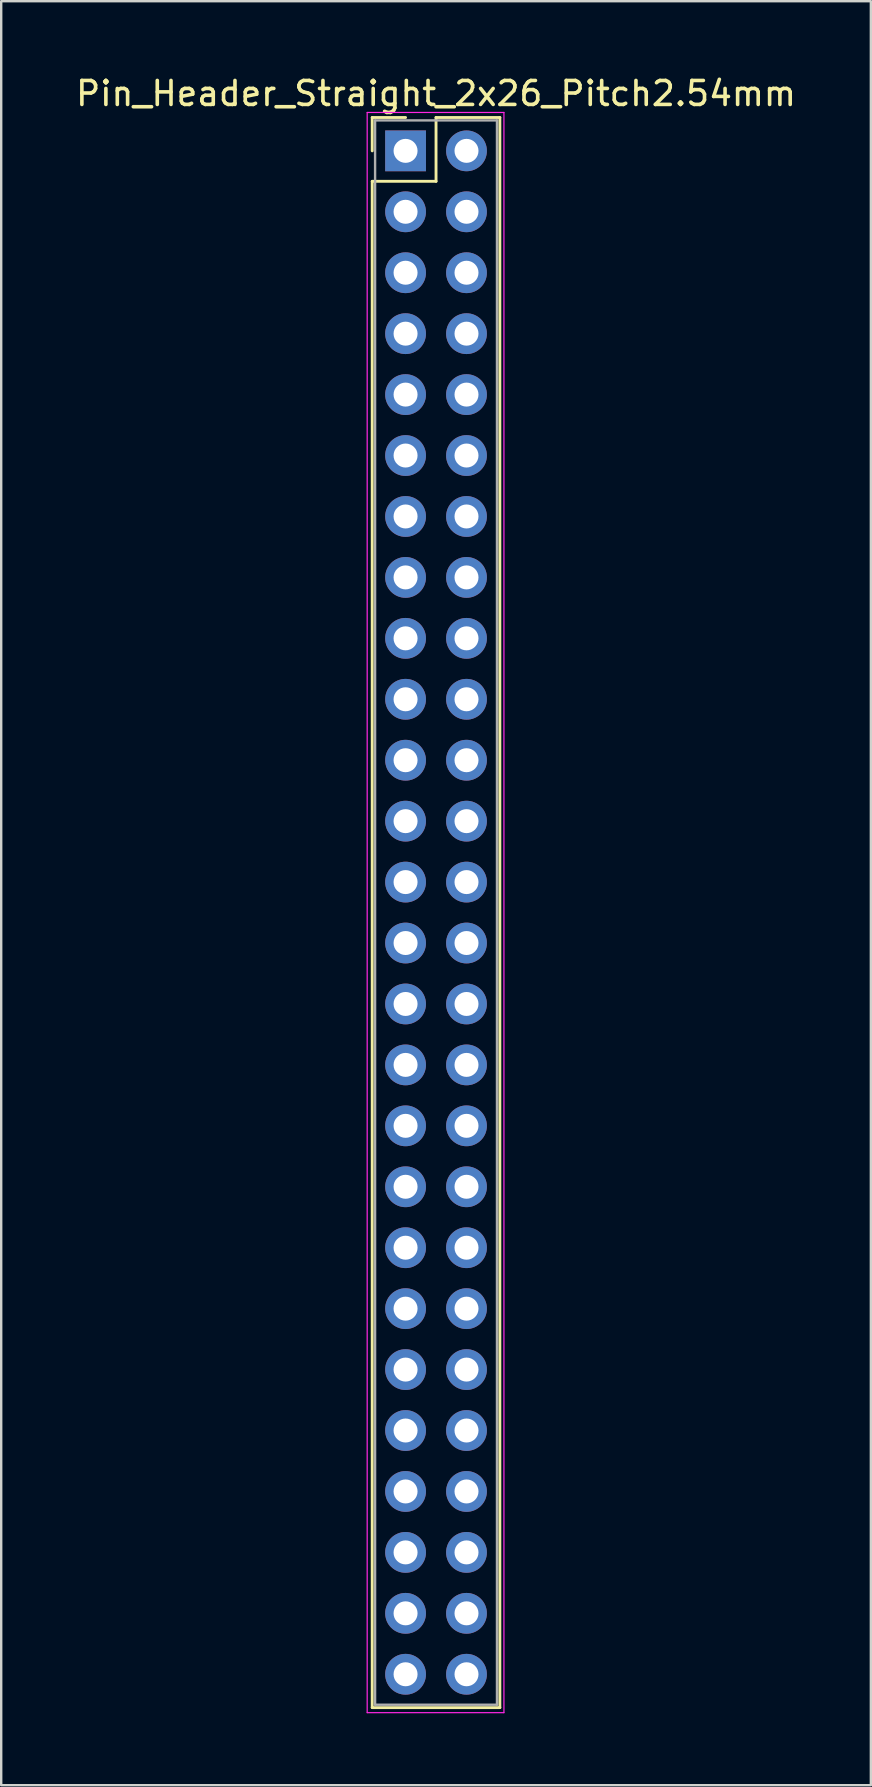
<source format=kicad_pcb>
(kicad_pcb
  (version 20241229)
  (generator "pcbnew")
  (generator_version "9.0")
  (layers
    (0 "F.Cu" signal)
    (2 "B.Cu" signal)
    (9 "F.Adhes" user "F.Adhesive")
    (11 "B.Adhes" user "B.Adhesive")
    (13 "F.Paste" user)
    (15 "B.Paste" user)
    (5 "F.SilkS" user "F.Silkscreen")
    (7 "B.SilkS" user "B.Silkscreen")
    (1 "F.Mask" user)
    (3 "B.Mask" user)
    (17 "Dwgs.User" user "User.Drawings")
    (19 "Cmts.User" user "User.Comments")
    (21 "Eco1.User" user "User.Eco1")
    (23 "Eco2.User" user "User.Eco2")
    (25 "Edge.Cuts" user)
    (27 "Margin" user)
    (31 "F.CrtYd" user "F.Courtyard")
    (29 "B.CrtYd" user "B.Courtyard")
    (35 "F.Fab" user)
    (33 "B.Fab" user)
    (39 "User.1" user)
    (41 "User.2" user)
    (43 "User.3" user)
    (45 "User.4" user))
  (footprint "Pin_Header_Straight_2x26_Pitch2.54mm"
    (layer "F.Cu")
    (at 13.855 3.238)
    (property "Reference" "Pin_Header_Straight_2x26_Pitch2.54mm" (at 1.27 -2.39 0) (layer "F.SilkS") (effects (font (size 1 1) (thickness 0.15))))
    (attr through_hole)
    (fp_line (start -1.39 -1.39) (end 0 -1.39) (stroke (width 0.12) (type solid)) (layer "F.SilkS"))
    (fp_line (start -1.39 0) (end -1.39 -1.39) (stroke (width 0.12) (type solid)) (layer "F.SilkS"))
    (fp_line (start -1.39 1.27) (end -1.39 64.89) (stroke (width 0.12) (type solid)) (layer "F.SilkS"))
    (fp_line (start -1.39 64.89) (end 3.93 64.89) (stroke (width 0.12) (type solid)) (layer "F.SilkS"))
    (fp_line (start 1.27 -1.39) (end 1.27 1.27) (stroke (width 0.12) (type solid)) (layer "F.SilkS"))
    (fp_line (start 1.27 1.27) (end -1.39 1.27) (stroke (width 0.12) (type solid)) (layer "F.SilkS"))
    (fp_line (start 3.93 -1.39) (end 1.27 -1.39) (stroke (width 0.12) (type solid)) (layer "F.SilkS"))
    (fp_line (start 3.93 64.89) (end 3.93 -1.39) (stroke (width 0.12) (type solid)) (layer "F.SilkS"))
    (fp_line (start -1.6 -1.6) (end -1.6 65.1) (stroke (width 0.05) (type solid)) (layer "F.CrtYd"))
    (fp_line (start -1.6 65.1) (end 4.1 65.1) (stroke (width 0.05) (type solid)) (layer "F.CrtYd"))
    (fp_line (start 4.1 -1.6) (end -1.6 -1.6) (stroke (width 0.05) (type solid)) (layer "F.CrtYd"))
    (fp_line (start 4.1 65.1) (end 4.1 -1.6) (stroke (width 0.05) (type solid)) (layer "F.CrtYd"))
    (fp_line (start -1.27 -1.27) (end -1.27 64.77) (stroke (width 0.1) (type solid)) (layer "F.Fab"))
    (fp_line (start -1.27 64.77) (end 3.81 64.77) (stroke (width 0.1) (type solid)) (layer "F.Fab"))
    (fp_line (start 3.81 -1.27) (end -1.27 -1.27) (stroke (width 0.1) (type solid)) (layer "F.Fab"))
    (fp_line (start 3.81 64.77) (end 3.81 -1.27) (stroke (width 0.1) (type solid)) (layer "F.Fab"))
    (pad "1" thru_hole rect (at 0 0) (size 1.7 1.7) (drill 1) (layers "*.Cu" "*.Mask"))
    (pad "2" thru_hole oval (at 2.54 0) (size 1.7 1.7) (drill 1) (layers "*.Cu" "*.Mask"))
    (pad "3" thru_hole oval (at 0 2.54) (size 1.7 1.7) (drill 1) (layers "*.Cu" "*.Mask"))
    (pad "4" thru_hole oval (at 2.54 2.54) (size 1.7 1.7) (drill 1) (layers "*.Cu" "*.Mask"))
    (pad "5" thru_hole oval (at 0 5.08) (size 1.7 1.7) (drill 1) (layers "*.Cu" "*.Mask"))
    (pad "6" thru_hole oval (at 2.54 5.08) (size 1.7 1.7) (drill 1) (layers "*.Cu" "*.Mask"))
    (pad "7" thru_hole oval (at 0 7.62) (size 1.7 1.7) (drill 1) (layers "*.Cu" "*.Mask"))
    (pad "8" thru_hole oval (at 2.54 7.62) (size 1.7 1.7) (drill 1) (layers "*.Cu" "*.Mask"))
    (pad "9" thru_hole oval (at 0 10.16) (size 1.7 1.7) (drill 1) (layers "*.Cu" "*.Mask"))
    (pad "10" thru_hole oval (at 2.54 10.16) (size 1.7 1.7) (drill 1) (layers "*.Cu" "*.Mask"))
    (pad "11" thru_hole oval (at 0 12.7) (size 1.7 1.7) (drill 1) (layers "*.Cu" "*.Mask"))
    (pad "12" thru_hole oval (at 2.54 12.7) (size 1.7 1.7) (drill 1) (layers "*.Cu" "*.Mask"))
    (pad "13" thru_hole oval (at 0 15.24) (size 1.7 1.7) (drill 1) (layers "*.Cu" "*.Mask"))
    (pad "14" thru_hole oval (at 2.54 15.24) (size 1.7 1.7) (drill 1) (layers "*.Cu" "*.Mask"))
    (pad "15" thru_hole oval (at 0 17.78) (size 1.7 1.7) (drill 1) (layers "*.Cu" "*.Mask"))
    (pad "16" thru_hole oval (at 2.54 17.78) (size 1.7 1.7) (drill 1) (layers "*.Cu" "*.Mask"))
    (pad "17" thru_hole oval (at 0 20.32) (size 1.7 1.7) (drill 1) (layers "*.Cu" "*.Mask"))
    (pad "18" thru_hole oval (at 2.54 20.32) (size 1.7 1.7) (drill 1) (layers "*.Cu" "*.Mask"))
    (pad "19" thru_hole oval (at 0 22.86) (size 1.7 1.7) (drill 1) (layers "*.Cu" "*.Mask"))
    (pad "20" thru_hole oval (at 2.54 22.86) (size 1.7 1.7) (drill 1) (layers "*.Cu" "*.Mask"))
    (pad "21" thru_hole oval (at 0 25.4) (size 1.7 1.7) (drill 1) (layers "*.Cu" "*.Mask"))
    (pad "22" thru_hole oval (at 2.54 25.4) (size 1.7 1.7) (drill 1) (layers "*.Cu" "*.Mask"))
    (pad "23" thru_hole oval (at 0 27.94) (size 1.7 1.7) (drill 1) (layers "*.Cu" "*.Mask"))
    (pad "24" thru_hole oval (at 2.54 27.94) (size 1.7 1.7) (drill 1) (layers "*.Cu" "*.Mask"))
    (pad "25" thru_hole oval (at 0 30.48) (size 1.7 1.7) (drill 1) (layers "*.Cu" "*.Mask"))
    (pad "26" thru_hole oval (at 2.54 30.48) (size 1.7 1.7) (drill 1) (layers "*.Cu" "*.Mask"))
    (pad "27" thru_hole oval (at 0 33.02) (size 1.7 1.7) (drill 1) (layers "*.Cu" "*.Mask"))
    (pad "28" thru_hole oval (at 2.54 33.02) (size 1.7 1.7) (drill 1) (layers "*.Cu" "*.Mask"))
    (pad "29" thru_hole oval (at 0 35.56) (size 1.7 1.7) (drill 1) (layers "*.Cu" "*.Mask"))
    (pad "30" thru_hole oval (at 2.54 35.56) (size 1.7 1.7) (drill 1) (layers "*.Cu" "*.Mask"))
    (pad "31" thru_hole oval (at 0 38.1) (size 1.7 1.7) (drill 1) (layers "*.Cu" "*.Mask"))
    (pad "32" thru_hole oval (at 2.54 38.1) (size 1.7 1.7) (drill 1) (layers "*.Cu" "*.Mask"))
    (pad "33" thru_hole oval (at 0 40.64) (size 1.7 1.7) (drill 1) (layers "*.Cu" "*.Mask"))
    (pad "34" thru_hole oval (at 2.54 40.64) (size 1.7 1.7) (drill 1) (layers "*.Cu" "*.Mask"))
    (pad "35" thru_hole oval (at 0 43.18) (size 1.7 1.7) (drill 1) (layers "*.Cu" "*.Mask"))
    (pad "36" thru_hole oval (at 2.54 43.18) (size 1.7 1.7) (drill 1) (layers "*.Cu" "*.Mask"))
    (pad "37" thru_hole oval (at 0 45.72) (size 1.7 1.7) (drill 1) (layers "*.Cu" "*.Mask"))
    (pad "38" thru_hole oval (at 2.54 45.72) (size 1.7 1.7) (drill 1) (layers "*.Cu" "*.Mask"))
    (pad "39" thru_hole oval (at 0 48.26) (size 1.7 1.7) (drill 1) (layers "*.Cu" "*.Mask"))
    (pad "40" thru_hole oval (at 2.54 48.26) (size 1.7 1.7) (drill 1) (layers "*.Cu" "*.Mask"))
    (pad "41" thru_hole oval (at 0 50.8) (size 1.7 1.7) (drill 1) (layers "*.Cu" "*.Mask"))
    (pad "42" thru_hole oval (at 2.54 50.8) (size 1.7 1.7) (drill 1) (layers "*.Cu" "*.Mask"))
    (pad "43" thru_hole oval (at 0 53.34) (size 1.7 1.7) (drill 1) (layers "*.Cu" "*.Mask"))
    (pad "44" thru_hole oval (at 2.54 53.34) (size 1.7 1.7) (drill 1) (layers "*.Cu" "*.Mask"))
    (pad "45" thru_hole oval (at 0 55.88) (size 1.7 1.7) (drill 1) (layers "*.Cu" "*.Mask"))
    (pad "46" thru_hole oval (at 2.54 55.88) (size 1.7 1.7) (drill 1) (layers "*.Cu" "*.Mask"))
    (pad "47" thru_hole oval (at 0 58.42) (size 1.7 1.7) (drill 1) (layers "*.Cu" "*.Mask"))
    (pad "48" thru_hole oval (at 2.54 58.42) (size 1.7 1.7) (drill 1) (layers "*.Cu" "*.Mask"))
    (pad "49" thru_hole oval (at 0 60.96) (size 1.7 1.7) (drill 1) (layers "*.Cu" "*.Mask"))
    (pad "50" thru_hole oval (at 2.54 60.96) (size 1.7 1.7) (drill 1) (layers "*.Cu" "*.Mask"))
    (pad "51" thru_hole oval (at 0 63.5) (size 1.7 1.7) (drill 1) (layers "*.Cu" "*.Mask"))
    (pad "52" thru_hole oval (at 2.54 63.5) (size 1.7 1.7) (drill 1) (layers "*.Cu" "*.Mask")))
  (gr_rect
    (start -3 -3)
    (end 33.25 71.363)
    (stroke (width 0.1) (type default))
    (fill no)
    (layer "Edge.Cuts")))
</source>
